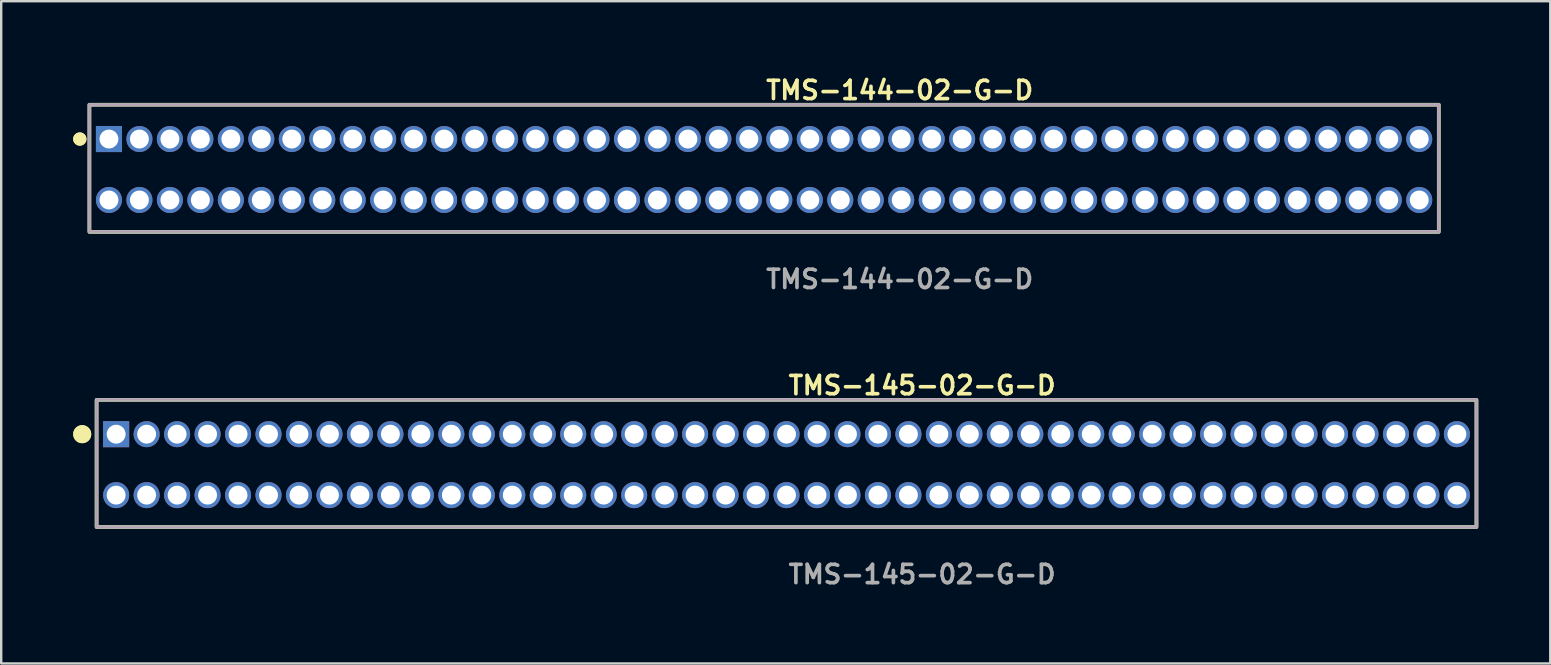
<source format=kicad_pcb>
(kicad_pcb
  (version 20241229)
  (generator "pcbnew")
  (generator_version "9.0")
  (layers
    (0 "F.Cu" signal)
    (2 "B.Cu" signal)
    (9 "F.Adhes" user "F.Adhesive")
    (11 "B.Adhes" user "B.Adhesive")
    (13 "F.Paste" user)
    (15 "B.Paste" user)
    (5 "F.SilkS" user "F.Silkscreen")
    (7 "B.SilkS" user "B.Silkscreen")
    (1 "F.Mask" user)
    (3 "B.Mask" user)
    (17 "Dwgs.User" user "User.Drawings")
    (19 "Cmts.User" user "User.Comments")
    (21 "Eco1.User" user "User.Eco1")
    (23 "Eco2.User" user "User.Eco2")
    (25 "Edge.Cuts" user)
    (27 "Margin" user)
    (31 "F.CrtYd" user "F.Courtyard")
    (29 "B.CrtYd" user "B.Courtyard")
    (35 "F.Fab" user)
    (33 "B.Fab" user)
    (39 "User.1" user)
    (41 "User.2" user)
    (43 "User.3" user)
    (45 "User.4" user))
  (footprint "TMS-144-02-G-D"
    (layer "F.Cu")
    (at 28.796 4.015)
    (property "Reference" "TMS-144-02-G-D" (at 0 -3.302 0) (unlocked yes) (layer "F.SilkS") (effects (font (size 0.762 0.762) (thickness 0.152)) (justify left)))
    (fp_rect (start -28.12 2.6) (end 28.12 -2.7) (stroke (width 0.152) (type solid)) (fill no) (layer "F.SilkS"))
    (fp_circle (center -28.52 -1.27) (end -28.72 -1.27) (stroke (width 0.152) (type solid)) (fill yes) (layer "F.SilkS"))
    (fp_circle (center -28.52 -1.27) (end -28.72 -1.27) (stroke (width 0.152) (type solid)) (fill yes) (layer "F.SilkS"))
    (fp_rect (start -28.12 2.6) (end 28.12 -2.7) (stroke (width 0.006) (type solid)) (fill no) (layer "F.CrtYd"))
    (fp_rect (start -28.12 2.6) (end 28.12 -2.7) (stroke (width 0.152) (type solid)) (fill no) (layer "F.Fab"))
    (fp_text user "${REFERENCE}" (at 0 4.572 0) (unlocked yes) (layer "F.Fab") (effects (font (size 0.762 0.762) (thickness 0.152)) (justify left)))
    (pad "1" thru_hole rect (at -27.305 -1.27) (size 1.087 1.087) (drill 0.787) (layers "*.Cu" "*.Mask"))
    (pad "2" thru_hole circle (at -27.305 1.27) (size 1.087 1.087) (drill 0.787) (layers "*.Cu" "*.Mask"))
    (pad "3" thru_hole circle (at -26.035 -1.27) (size 1.087 1.087) (drill 0.787) (layers "*.Cu" "*.Mask"))
    (pad "4" thru_hole circle (at -26.035 1.27) (size 1.087 1.087) (drill 0.787) (layers "*.Cu" "*.Mask"))
    (pad "5" thru_hole circle (at -24.765 -1.27) (size 1.087 1.087) (drill 0.787) (layers "*.Cu" "*.Mask"))
    (pad "6" thru_hole circle (at -24.765 1.27) (size 1.087 1.087) (drill 0.787) (layers "*.Cu" "*.Mask"))
    (pad "7" thru_hole circle (at -23.495 -1.27) (size 1.087 1.087) (drill 0.787) (layers "*.Cu" "*.Mask"))
    (pad "8" thru_hole circle (at -23.495 1.27) (size 1.087 1.087) (drill 0.787) (layers "*.Cu" "*.Mask"))
    (pad "9" thru_hole circle (at -22.225 -1.27) (size 1.087 1.087) (drill 0.787) (layers "*.Cu" "*.Mask"))
    (pad "10" thru_hole circle (at -22.225 1.27) (size 1.087 1.087) (drill 0.787) (layers "*.Cu" "*.Mask"))
    (pad "11" thru_hole circle (at -20.955 -1.27) (size 1.087 1.087) (drill 0.787) (layers "*.Cu" "*.Mask"))
    (pad "12" thru_hole circle (at -20.955 1.27) (size 1.087 1.087) (drill 0.787) (layers "*.Cu" "*.Mask"))
    (pad "13" thru_hole circle (at -19.685 -1.27) (size 1.087 1.087) (drill 0.787) (layers "*.Cu" "*.Mask"))
    (pad "14" thru_hole circle (at -19.685 1.27) (size 1.087 1.087) (drill 0.787) (layers "*.Cu" "*.Mask"))
    (pad "15" thru_hole circle (at -18.415 -1.27) (size 1.087 1.087) (drill 0.787) (layers "*.Cu" "*.Mask"))
    (pad "16" thru_hole circle (at -18.415 1.27) (size 1.087 1.087) (drill 0.787) (layers "*.Cu" "*.Mask"))
    (pad "17" thru_hole circle (at -17.145 -1.27) (size 1.087 1.087) (drill 0.787) (layers "*.Cu" "*.Mask"))
    (pad "18" thru_hole circle (at -17.145 1.27) (size 1.087 1.087) (drill 0.787) (layers "*.Cu" "*.Mask"))
    (pad "19" thru_hole circle (at -15.875 -1.27) (size 1.087 1.087) (drill 0.787) (layers "*.Cu" "*.Mask"))
    (pad "20" thru_hole circle (at -15.875 1.27) (size 1.087 1.087) (drill 0.787) (layers "*.Cu" "*.Mask"))
    (pad "21" thru_hole circle (at -14.605 -1.27) (size 1.087 1.087) (drill 0.787) (layers "*.Cu" "*.Mask"))
    (pad "22" thru_hole circle (at -14.605 1.27) (size 1.087 1.087) (drill 0.787) (layers "*.Cu" "*.Mask"))
    (pad "23" thru_hole circle (at -13.335 -1.27) (size 1.087 1.087) (drill 0.787) (layers "*.Cu" "*.Mask"))
    (pad "24" thru_hole circle (at -13.335 1.27) (size 1.087 1.087) (drill 0.787) (layers "*.Cu" "*.Mask"))
    (pad "25" thru_hole circle (at -12.065 -1.27) (size 1.087 1.087) (drill 0.787) (layers "*.Cu" "*.Mask"))
    (pad "26" thru_hole circle (at -12.065 1.27) (size 1.087 1.087) (drill 0.787) (layers "*.Cu" "*.Mask"))
    (pad "27" thru_hole circle (at -10.795 -1.27) (size 1.087 1.087) (drill 0.787) (layers "*.Cu" "*.Mask"))
    (pad "28" thru_hole circle (at -10.795 1.27) (size 1.087 1.087) (drill 0.787) (layers "*.Cu" "*.Mask"))
    (pad "29" thru_hole circle (at -9.525 -1.27) (size 1.087 1.087) (drill 0.787) (layers "*.Cu" "*.Mask"))
    (pad "30" thru_hole circle (at -9.525 1.27) (size 1.087 1.087) (drill 0.787) (layers "*.Cu" "*.Mask"))
    (pad "31" thru_hole circle (at -8.255 -1.27) (size 1.087 1.087) (drill 0.787) (layers "*.Cu" "*.Mask"))
    (pad "32" thru_hole circle (at -8.255 1.27) (size 1.087 1.087) (drill 0.787) (layers "*.Cu" "*.Mask"))
    (pad "33" thru_hole circle (at -6.985 -1.27) (size 1.087 1.087) (drill 0.787) (layers "*.Cu" "*.Mask"))
    (pad "34" thru_hole circle (at -6.985 1.27) (size 1.087 1.087) (drill 0.787) (layers "*.Cu" "*.Mask"))
    (pad "35" thru_hole circle (at -5.715 -1.27) (size 1.087 1.087) (drill 0.787) (layers "*.Cu" "*.Mask"))
    (pad "36" thru_hole circle (at -5.715 1.27) (size 1.087 1.087) (drill 0.787) (layers "*.Cu" "*.Mask"))
    (pad "37" thru_hole circle (at -4.445 -1.27) (size 1.087 1.087) (drill 0.787) (layers "*.Cu" "*.Mask"))
    (pad "38" thru_hole circle (at -4.445 1.27) (size 1.087 1.087) (drill 0.787) (layers "*.Cu" "*.Mask"))
    (pad "39" thru_hole circle (at -3.175 -1.27) (size 1.087 1.087) (drill 0.787) (layers "*.Cu" "*.Mask"))
    (pad "40" thru_hole circle (at -3.175 1.27) (size 1.087 1.087) (drill 0.787) (layers "*.Cu" "*.Mask"))
    (pad "41" thru_hole circle (at -1.905 -1.27) (size 1.087 1.087) (drill 0.787) (layers "*.Cu" "*.Mask"))
    (pad "42" thru_hole circle (at -1.905 1.27) (size 1.087 1.087) (drill 0.787) (layers "*.Cu" "*.Mask"))
    (pad "43" thru_hole circle (at -0.635 -1.27) (size 1.087 1.087) (drill 0.787) (layers "*.Cu" "*.Mask"))
    (pad "44" thru_hole circle (at -0.635 1.27) (size 1.087 1.087) (drill 0.787) (layers "*.Cu" "*.Mask"))
    (pad "45" thru_hole circle (at 0.635 -1.27) (size 1.087 1.087) (drill 0.787) (layers "*.Cu" "*.Mask"))
    (pad "46" thru_hole circle (at 0.635 1.27) (size 1.087 1.087) (drill 0.787) (layers "*.Cu" "*.Mask"))
    (pad "47" thru_hole circle (at 1.905 -1.27) (size 1.087 1.087) (drill 0.787) (layers "*.Cu" "*.Mask"))
    (pad "48" thru_hole circle (at 1.905 1.27) (size 1.087 1.087) (drill 0.787) (layers "*.Cu" "*.Mask"))
    (pad "49" thru_hole circle (at 3.175 -1.27) (size 1.087 1.087) (drill 0.787) (layers "*.Cu" "*.Mask"))
    (pad "50" thru_hole circle (at 3.175 1.27) (size 1.087 1.087) (drill 0.787) (layers "*.Cu" "*.Mask"))
    (pad "51" thru_hole circle (at 4.445 -1.27) (size 1.087 1.087) (drill 0.787) (layers "*.Cu" "*.Mask"))
    (pad "52" thru_hole circle (at 4.445 1.27) (size 1.087 1.087) (drill 0.787) (layers "*.Cu" "*.Mask"))
    (pad "53" thru_hole circle (at 5.715 -1.27) (size 1.087 1.087) (drill 0.787) (layers "*.Cu" "*.Mask"))
    (pad "54" thru_hole circle (at 5.715 1.27) (size 1.087 1.087) (drill 0.787) (layers "*.Cu" "*.Mask"))
    (pad "55" thru_hole circle (at 6.985 -1.27) (size 1.087 1.087) (drill 0.787) (layers "*.Cu" "*.Mask"))
    (pad "56" thru_hole circle (at 6.985 1.27) (size 1.087 1.087) (drill 0.787) (layers "*.Cu" "*.Mask"))
    (pad "57" thru_hole circle (at 8.255 -1.27) (size 1.087 1.087) (drill 0.787) (layers "*.Cu" "*.Mask"))
    (pad "58" thru_hole circle (at 8.255 1.27) (size 1.087 1.087) (drill 0.787) (layers "*.Cu" "*.Mask"))
    (pad "59" thru_hole circle (at 9.525 -1.27) (size 1.087 1.087) (drill 0.787) (layers "*.Cu" "*.Mask"))
    (pad "60" thru_hole circle (at 9.525 1.27) (size 1.087 1.087) (drill 0.787) (layers "*.Cu" "*.Mask"))
    (pad "61" thru_hole circle (at 10.795 -1.27) (size 1.087 1.087) (drill 0.787) (layers "*.Cu" "*.Mask"))
    (pad "62" thru_hole circle (at 10.795 1.27) (size 1.087 1.087) (drill 0.787) (layers "*.Cu" "*.Mask"))
    (pad "63" thru_hole circle (at 12.065 -1.27) (size 1.087 1.087) (drill 0.787) (layers "*.Cu" "*.Mask"))
    (pad "64" thru_hole circle (at 12.065 1.27) (size 1.087 1.087) (drill 0.787) (layers "*.Cu" "*.Mask"))
    (pad "65" thru_hole circle (at 13.335 -1.27) (size 1.087 1.087) (drill 0.787) (layers "*.Cu" "*.Mask"))
    (pad "66" thru_hole circle (at 13.335 1.27) (size 1.087 1.087) (drill 0.787) (layers "*.Cu" "*.Mask"))
    (pad "67" thru_hole circle (at 14.605 -1.27) (size 1.087 1.087) (drill 0.787) (layers "*.Cu" "*.Mask"))
    (pad "68" thru_hole circle (at 14.605 1.27) (size 1.087 1.087) (drill 0.787) (layers "*.Cu" "*.Mask"))
    (pad "69" thru_hole circle (at 15.875 -1.27) (size 1.087 1.087) (drill 0.787) (layers "*.Cu" "*.Mask"))
    (pad "70" thru_hole circle (at 15.875 1.27) (size 1.087 1.087) (drill 0.787) (layers "*.Cu" "*.Mask"))
    (pad "71" thru_hole circle (at 17.145 -1.27) (size 1.087 1.087) (drill 0.787) (layers "*.Cu" "*.Mask"))
    (pad "72" thru_hole circle (at 17.145 1.27) (size 1.087 1.087) (drill 0.787) (layers "*.Cu" "*.Mask"))
    (pad "73" thru_hole circle (at 18.415 -1.27) (size 1.087 1.087) (drill 0.787) (layers "*.Cu" "*.Mask"))
    (pad "74" thru_hole circle (at 18.415 1.27) (size 1.087 1.087) (drill 0.787) (layers "*.Cu" "*.Mask"))
    (pad "75" thru_hole circle (at 19.685 -1.27) (size 1.087 1.087) (drill 0.787) (layers "*.Cu" "*.Mask"))
    (pad "76" thru_hole circle (at 19.685 1.27) (size 1.087 1.087) (drill 0.787) (layers "*.Cu" "*.Mask"))
    (pad "77" thru_hole circle (at 20.955 -1.27) (size 1.087 1.087) (drill 0.787) (layers "*.Cu" "*.Mask"))
    (pad "78" thru_hole circle (at 20.955 1.27) (size 1.087 1.087) (drill 0.787) (layers "*.Cu" "*.Mask"))
    (pad "79" thru_hole circle (at 22.225 -1.27) (size 1.087 1.087) (drill 0.787) (layers "*.Cu" "*.Mask"))
    (pad "80" thru_hole circle (at 22.225 1.27) (size 1.087 1.087) (drill 0.787) (layers "*.Cu" "*.Mask"))
    (pad "81" thru_hole circle (at 23.495 -1.27) (size 1.087 1.087) (drill 0.787) (layers "*.Cu" "*.Mask"))
    (pad "82" thru_hole circle (at 23.495 1.27) (size 1.087 1.087) (drill 0.787) (layers "*.Cu" "*.Mask"))
    (pad "83" thru_hole circle (at 24.765 -1.27) (size 1.087 1.087) (drill 0.787) (layers "*.Cu" "*.Mask"))
    (pad "84" thru_hole circle (at 24.765 1.27) (size 1.087 1.087) (drill 0.787) (layers "*.Cu" "*.Mask"))
    (pad "85" thru_hole circle (at 26.035 -1.27) (size 1.087 1.087) (drill 0.787) (layers "*.Cu" "*.Mask"))
    (pad "86" thru_hole circle (at 26.035 1.27) (size 1.087 1.087) (drill 0.787) (layers "*.Cu" "*.Mask"))
    (pad "87" thru_hole circle (at 27.305 -1.27) (size 1.087 1.087) (drill 0.787) (layers "*.Cu" "*.Mask"))
    (pad "88" thru_hole circle (at 27.305 1.27) (size 1.087 1.087) (drill 0.787) (layers "*.Cu" "*.Mask")))
  (footprint "TMS-145-02-G-D"
    (layer "F.Cu")
    (at 29.731 16.316)
    (property "Reference" "TMS-145-02-G-D" (at 0 -3.302 0) (unlocked yes) (layer "F.SilkS") (effects (font (size 0.762 0.762) (thickness 0.152)) (justify left)))
    (fp_rect (start -28.755 2.6) (end 28.755 -2.7) (stroke (width 0.152) (type solid)) (fill no) (layer "F.SilkS"))
    (fp_circle (center -29.355 -1.27) (end -29.655 -1.27) (stroke (width 0.152) (type solid)) (fill yes) (layer "F.SilkS"))
    (fp_circle (center -29.355 -1.27) (end -29.655 -1.27) (stroke (width 0.152) (type solid)) (fill yes) (layer "F.SilkS"))
    (fp_rect (start -28.755 2.6) (end 28.755 -2.7) (stroke (width 0.006) (type solid)) (fill no) (layer "F.CrtYd"))
    (fp_rect (start -28.755 2.6) (end 28.755 -2.7) (stroke (width 0.152) (type solid)) (fill no) (layer "F.Fab"))
    (fp_text user "${REFERENCE}" (at 0 4.572 0) (unlocked yes) (layer "F.Fab") (effects (font (size 0.762 0.762) (thickness 0.152)) (justify left)))
    (pad "1" thru_hole rect (at -27.94 -1.27) (size 1.087 1.087) (drill 0.787) (layers "*.Cu" "*.Mask"))
    (pad "2" thru_hole circle (at -27.94 1.27) (size 1.087 1.087) (drill 0.787) (layers "*.Cu" "*.Mask"))
    (pad "3" thru_hole circle (at -26.67 -1.27) (size 1.087 1.087) (drill 0.787) (layers "*.Cu" "*.Mask"))
    (pad "4" thru_hole circle (at -26.67 1.27) (size 1.087 1.087) (drill 0.787) (layers "*.Cu" "*.Mask"))
    (pad "5" thru_hole circle (at -25.4 -1.27) (size 1.087 1.087) (drill 0.787) (layers "*.Cu" "*.Mask"))
    (pad "6" thru_hole circle (at -25.4 1.27) (size 1.087 1.087) (drill 0.787) (layers "*.Cu" "*.Mask"))
    (pad "7" thru_hole circle (at -24.13 -1.27) (size 1.087 1.087) (drill 0.787) (layers "*.Cu" "*.Mask"))
    (pad "8" thru_hole circle (at -24.13 1.27) (size 1.087 1.087) (drill 0.787) (layers "*.Cu" "*.Mask"))
    (pad "9" thru_hole circle (at -22.86 -1.27) (size 1.087 1.087) (drill 0.787) (layers "*.Cu" "*.Mask"))
    (pad "10" thru_hole circle (at -22.86 1.27) (size 1.087 1.087) (drill 0.787) (layers "*.Cu" "*.Mask"))
    (pad "11" thru_hole circle (at -21.59 -1.27) (size 1.087 1.087) (drill 0.787) (layers "*.Cu" "*.Mask"))
    (pad "12" thru_hole circle (at -21.59 1.27) (size 1.087 1.087) (drill 0.787) (layers "*.Cu" "*.Mask"))
    (pad "13" thru_hole circle (at -20.32 -1.27) (size 1.087 1.087) (drill 0.787) (layers "*.Cu" "*.Mask"))
    (pad "14" thru_hole circle (at -20.32 1.27) (size 1.087 1.087) (drill 0.787) (layers "*.Cu" "*.Mask"))
    (pad "15" thru_hole circle (at -19.05 -1.27) (size 1.087 1.087) (drill 0.787) (layers "*.Cu" "*.Mask"))
    (pad "16" thru_hole circle (at -19.05 1.27) (size 1.087 1.087) (drill 0.787) (layers "*.Cu" "*.Mask"))
    (pad "17" thru_hole circle (at -17.78 -1.27) (size 1.087 1.087) (drill 0.787) (layers "*.Cu" "*.Mask"))
    (pad "18" thru_hole circle (at -17.78 1.27) (size 1.087 1.087) (drill 0.787) (layers "*.Cu" "*.Mask"))
    (pad "19" thru_hole circle (at -16.51 -1.27) (size 1.087 1.087) (drill 0.787) (layers "*.Cu" "*.Mask"))
    (pad "20" thru_hole circle (at -16.51 1.27) (size 1.087 1.087) (drill 0.787) (layers "*.Cu" "*.Mask"))
    (pad "21" thru_hole circle (at -15.24 -1.27) (size 1.087 1.087) (drill 0.787) (layers "*.Cu" "*.Mask"))
    (pad "22" thru_hole circle (at -15.24 1.27) (size 1.087 1.087) (drill 0.787) (layers "*.Cu" "*.Mask"))
    (pad "23" thru_hole circle (at -13.97 -1.27) (size 1.087 1.087) (drill 0.787) (layers "*.Cu" "*.Mask"))
    (pad "24" thru_hole circle (at -13.97 1.27) (size 1.087 1.087) (drill 0.787) (layers "*.Cu" "*.Mask"))
    (pad "25" thru_hole circle (at -12.7 -1.27) (size 1.087 1.087) (drill 0.787) (layers "*.Cu" "*.Mask"))
    (pad "26" thru_hole circle (at -12.7 1.27) (size 1.087 1.087) (drill 0.787) (layers "*.Cu" "*.Mask"))
    (pad "27" thru_hole circle (at -11.43 -1.27) (size 1.087 1.087) (drill 0.787) (layers "*.Cu" "*.Mask"))
    (pad "28" thru_hole circle (at -11.43 1.27) (size 1.087 1.087) (drill 0.787) (layers "*.Cu" "*.Mask"))
    (pad "29" thru_hole circle (at -10.16 -1.27) (size 1.087 1.087) (drill 0.787) (layers "*.Cu" "*.Mask"))
    (pad "30" thru_hole circle (at -10.16 1.27) (size 1.087 1.087) (drill 0.787) (layers "*.Cu" "*.Mask"))
    (pad "31" thru_hole circle (at -8.89 -1.27) (size 1.087 1.087) (drill 0.787) (layers "*.Cu" "*.Mask"))
    (pad "32" thru_hole circle (at -8.89 1.27) (size 1.087 1.087) (drill 0.787) (layers "*.Cu" "*.Mask"))
    (pad "33" thru_hole circle (at -7.62 -1.27) (size 1.087 1.087) (drill 0.787) (layers "*.Cu" "*.Mask"))
    (pad "34" thru_hole circle (at -7.62 1.27) (size 1.087 1.087) (drill 0.787) (layers "*.Cu" "*.Mask"))
    (pad "35" thru_hole circle (at -6.35 -1.27) (size 1.087 1.087) (drill 0.787) (layers "*.Cu" "*.Mask"))
    (pad "36" thru_hole circle (at -6.35 1.27) (size 1.087 1.087) (drill 0.787) (layers "*.Cu" "*.Mask"))
    (pad "37" thru_hole circle (at -5.08 -1.27) (size 1.087 1.087) (drill 0.787) (layers "*.Cu" "*.Mask"))
    (pad "38" thru_hole circle (at -5.08 1.27) (size 1.087 1.087) (drill 0.787) (layers "*.Cu" "*.Mask"))
    (pad "39" thru_hole circle (at -3.81 -1.27) (size 1.087 1.087) (drill 0.787) (layers "*.Cu" "*.Mask"))
    (pad "40" thru_hole circle (at -3.81 1.27) (size 1.087 1.087) (drill 0.787) (layers "*.Cu" "*.Mask"))
    (pad "41" thru_hole circle (at -2.54 -1.27) (size 1.087 1.087) (drill 0.787) (layers "*.Cu" "*.Mask"))
    (pad "42" thru_hole circle (at -2.54 1.27) (size 1.087 1.087) (drill 0.787) (layers "*.Cu" "*.Mask"))
    (pad "43" thru_hole circle (at -1.27 -1.27) (size 1.087 1.087) (drill 0.787) (layers "*.Cu" "*.Mask"))
    (pad "44" thru_hole circle (at -1.27 1.27) (size 1.087 1.087) (drill 0.787) (layers "*.Cu" "*.Mask"))
    (pad "45" thru_hole circle (at 0 -1.27) (size 1.087 1.087) (drill 0.787) (layers "*.Cu" "*.Mask"))
    (pad "46" thru_hole circle (at 0 1.27) (size 1.087 1.087) (drill 0.787) (layers "*.Cu" "*.Mask"))
    (pad "47" thru_hole circle (at 1.27 -1.27) (size 1.087 1.087) (drill 0.787) (layers "*.Cu" "*.Mask"))
    (pad "48" thru_hole circle (at 1.27 1.27) (size 1.087 1.087) (drill 0.787) (layers "*.Cu" "*.Mask"))
    (pad "49" thru_hole circle (at 2.54 -1.27) (size 1.087 1.087) (drill 0.787) (layers "*.Cu" "*.Mask"))
    (pad "50" thru_hole circle (at 2.54 1.27) (size 1.087 1.087) (drill 0.787) (layers "*.Cu" "*.Mask"))
    (pad "51" thru_hole circle (at 3.81 -1.27) (size 1.087 1.087) (drill 0.787) (layers "*.Cu" "*.Mask"))
    (pad "52" thru_hole circle (at 3.81 1.27) (size 1.087 1.087) (drill 0.787) (layers "*.Cu" "*.Mask"))
    (pad "53" thru_hole circle (at 5.08 -1.27) (size 1.087 1.087) (drill 0.787) (layers "*.Cu" "*.Mask"))
    (pad "54" thru_hole circle (at 5.08 1.27) (size 1.087 1.087) (drill 0.787) (layers "*.Cu" "*.Mask"))
    (pad "55" thru_hole circle (at 6.35 -1.27) (size 1.087 1.087) (drill 0.787) (layers "*.Cu" "*.Mask"))
    (pad "56" thru_hole circle (at 6.35 1.27) (size 1.087 1.087) (drill 0.787) (layers "*.Cu" "*.Mask"))
    (pad "57" thru_hole circle (at 7.62 -1.27) (size 1.087 1.087) (drill 0.787) (layers "*.Cu" "*.Mask"))
    (pad "58" thru_hole circle (at 7.62 1.27) (size 1.087 1.087) (drill 0.787) (layers "*.Cu" "*.Mask"))
    (pad "59" thru_hole circle (at 8.89 -1.27) (size 1.087 1.087) (drill 0.787) (layers "*.Cu" "*.Mask"))
    (pad "60" thru_hole circle (at 8.89 1.27) (size 1.087 1.087) (drill 0.787) (layers "*.Cu" "*.Mask"))
    (pad "61" thru_hole circle (at 10.16 -1.27) (size 1.087 1.087) (drill 0.787) (layers "*.Cu" "*.Mask"))
    (pad "62" thru_hole circle (at 10.16 1.27) (size 1.087 1.087) (drill 0.787) (layers "*.Cu" "*.Mask"))
    (pad "63" thru_hole circle (at 11.43 -1.27) (size 1.087 1.087) (drill 0.787) (layers "*.Cu" "*.Mask"))
    (pad "64" thru_hole circle (at 11.43 1.27) (size 1.087 1.087) (drill 0.787) (layers "*.Cu" "*.Mask"))
    (pad "65" thru_hole circle (at 12.7 -1.27) (size 1.087 1.087) (drill 0.787) (layers "*.Cu" "*.Mask"))
    (pad "66" thru_hole circle (at 12.7 1.27) (size 1.087 1.087) (drill 0.787) (layers "*.Cu" "*.Mask"))
    (pad "67" thru_hole circle (at 13.97 -1.27) (size 1.087 1.087) (drill 0.787) (layers "*.Cu" "*.Mask"))
    (pad "68" thru_hole circle (at 13.97 1.27) (size 1.087 1.087) (drill 0.787) (layers "*.Cu" "*.Mask"))
    (pad "69" thru_hole circle (at 15.24 -1.27) (size 1.087 1.087) (drill 0.787) (layers "*.Cu" "*.Mask"))
    (pad "70" thru_hole circle (at 15.24 1.27) (size 1.087 1.087) (drill 0.787) (layers "*.Cu" "*.Mask"))
    (pad "71" thru_hole circle (at 16.51 -1.27) (size 1.087 1.087) (drill 0.787) (layers "*.Cu" "*.Mask"))
    (pad "72" thru_hole circle (at 16.51 1.27) (size 1.087 1.087) (drill 0.787) (layers "*.Cu" "*.Mask"))
    (pad "73" thru_hole circle (at 17.78 -1.27) (size 1.087 1.087) (drill 0.787) (layers "*.Cu" "*.Mask"))
    (pad "74" thru_hole circle (at 17.78 1.27) (size 1.087 1.087) (drill 0.787) (layers "*.Cu" "*.Mask"))
    (pad "75" thru_hole circle (at 19.05 -1.27) (size 1.087 1.087) (drill 0.787) (layers "*.Cu" "*.Mask"))
    (pad "76" thru_hole circle (at 19.05 1.27) (size 1.087 1.087) (drill 0.787) (layers "*.Cu" "*.Mask"))
    (pad "77" thru_hole circle (at 20.32 -1.27) (size 1.087 1.087) (drill 0.787) (layers "*.Cu" "*.Mask"))
    (pad "78" thru_hole circle (at 20.32 1.27) (size 1.087 1.087) (drill 0.787) (layers "*.Cu" "*.Mask"))
    (pad "79" thru_hole circle (at 21.59 -1.27) (size 1.087 1.087) (drill 0.787) (layers "*.Cu" "*.Mask"))
    (pad "80" thru_hole circle (at 21.59 1.27) (size 1.087 1.087) (drill 0.787) (layers "*.Cu" "*.Mask"))
    (pad "81" thru_hole circle (at 22.86 -1.27) (size 1.087 1.087) (drill 0.787) (layers "*.Cu" "*.Mask"))
    (pad "82" thru_hole circle (at 22.86 1.27) (size 1.087 1.087) (drill 0.787) (layers "*.Cu" "*.Mask"))
    (pad "83" thru_hole circle (at 24.13 -1.27) (size 1.087 1.087) (drill 0.787) (layers "*.Cu" "*.Mask"))
    (pad "84" thru_hole circle (at 24.13 1.27) (size 1.087 1.087) (drill 0.787) (layers "*.Cu" "*.Mask"))
    (pad "85" thru_hole circle (at 25.4 -1.27) (size 1.087 1.087) (drill 0.787) (layers "*.Cu" "*.Mask"))
    (pad "86" thru_hole circle (at 25.4 1.27) (size 1.087 1.087) (drill 0.787) (layers "*.Cu" "*.Mask"))
    (pad "87" thru_hole circle (at 26.67 -1.27) (size 1.087 1.087) (drill 0.787) (layers "*.Cu" "*.Mask"))
    (pad "88" thru_hole circle (at 26.67 1.27) (size 1.087 1.087) (drill 0.787) (layers "*.Cu" "*.Mask"))
    (pad "89" thru_hole circle (at 27.94 -1.27) (size 1.087 1.087) (drill 0.787) (layers "*.Cu" "*.Mask"))
    (pad "90" thru_hole circle (at 27.94 1.27) (size 1.087 1.087) (drill 0.787) (layers "*.Cu" "*.Mask")))
  (gr_rect
    (start -3 -3)
    (end 61.562 24.601)
    (stroke (width 0.1) (type default))
    (fill no)
    (layer "Edge.Cuts")))
</source>
